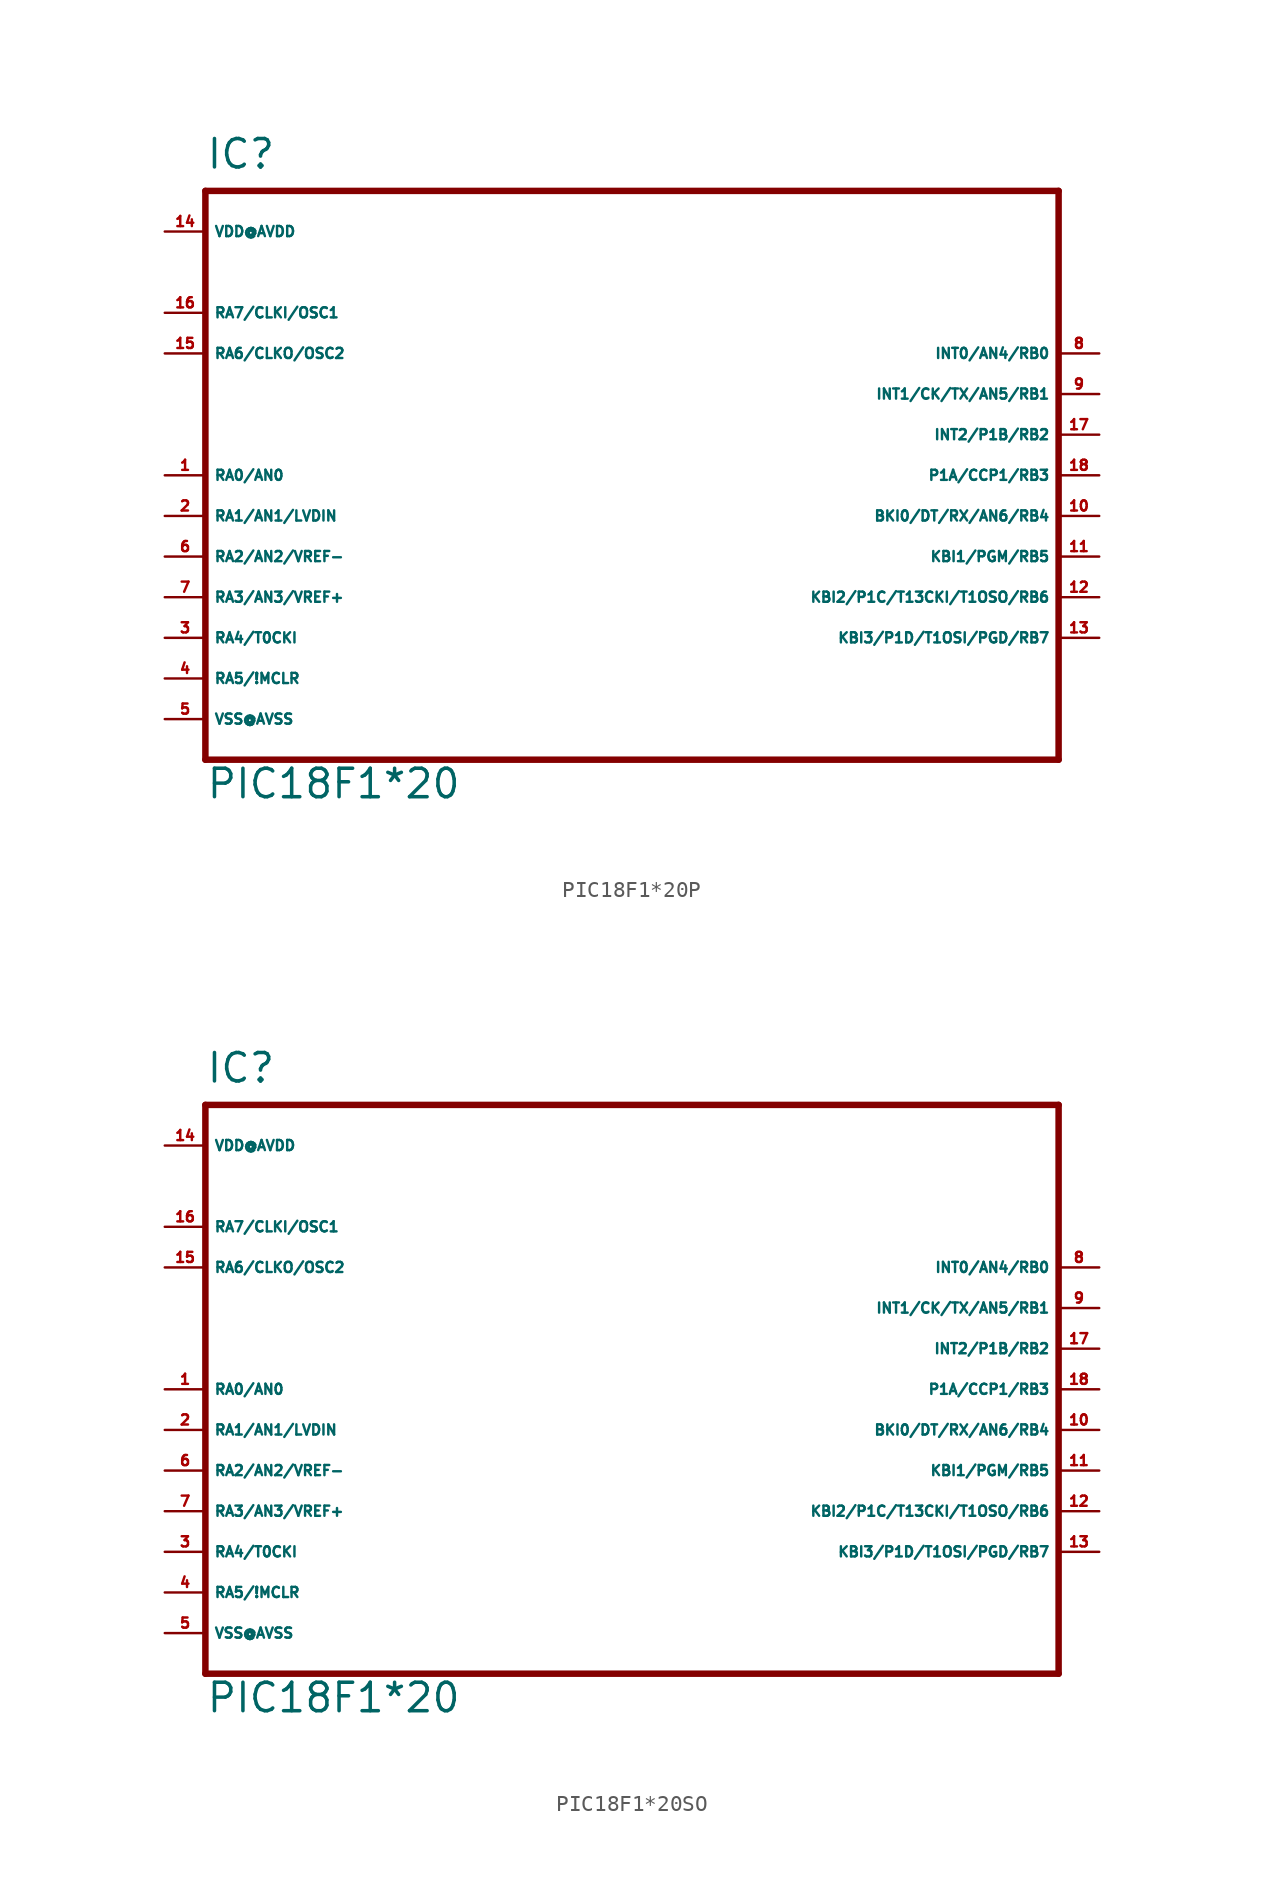
<source format=kicad_sym>
(kicad_symbol_lib
  (version 20220914)
  (generator Eagle2Kicad)
  (symbol "PIC18F1*20P"
    (property "Reference" "IC"
      (at -27.94 19.05 0)
      (effects (font (size 1.778 1.778) (thickness 0.22)) (justify left bottom)))
    (property "Value" "PIC18F1*20"
      (at -27.94 -20.32 0)
      (effects (font (size 1.778 1.778) (thickness 0.22)) (justify left bottom)))
    (polyline
      (pts (xy 25.4 17.78) (xy -27.94 17.78))
      (stroke (width 0.406) (type default))
      (fill (type none)))
    (polyline
      (pts (xy -27.94 17.78) (xy -27.94 -17.78))
      (stroke (width 0.406) (type default))
      (fill (type none)))
    (polyline
      (pts (xy -27.94 -17.78) (xy 25.4 -17.78))
      (stroke (width 0.406) (type default))
      (fill (type none)))
    (polyline
      (pts (xy 25.4 -17.78) (xy 25.4 17.78))
      (stroke (width 0.406) (type default))
      (fill (type none)))
    (pin bidirectional line
      (at -30.48 -5.08 0)
      (length 2.54)
      (name "RA2/AN2/VREF-" (effects (font (size 0.635 0.635) (thickness 0.08)) (justify left bottom)))
      (number "6" (effects (font (size 0.635 0.635) (thickness 0.08)) (justify left bottom))))
    (pin bidirectional line
      (at -30.48 -7.62 0)
      (length 2.54)
      (name "RA3/AN3/VREF+" (effects (font (size 0.635 0.635) (thickness 0.08)) (justify left bottom)))
      (number "7" (effects (font (size 0.635 0.635) (thickness 0.08)) (justify left bottom))))
    (pin bidirectional line
      (at -30.48 -10.16 0)
      (length 2.54)
      (name "RA4/T0CKI" (effects (font (size 0.635 0.635) (thickness 0.08)) (justify left bottom)))
      (number "3" (effects (font (size 0.635 0.635) (thickness 0.08)) (justify left bottom))))
    (pin input line
      (at -30.48 -12.7 0)
      (length 2.54)
      (name "RA5/!MCLR" (effects (font (size 0.635 0.635) (thickness 0.08)) (justify left bottom)))
      (number "4" (effects (font (size 0.635 0.635) (thickness 0.08)) (justify left bottom))))
    (pin unspecified line
      (at -30.48 -15.24 0)
      (length 2.54)
      (name "VSS@AVSS" (effects (font (size 0.635 0.635) (thickness 0.08)) (justify left bottom)))
      (number "5" (effects (font (size 0.635 0.635) (thickness 0.08)) (justify left bottom))))
    (pin bidirectional line
      (at 27.94 7.62 180)
      (length 2.54)
      (name "INT0/AN4/RB0" (effects (font (size 0.635 0.635) (thickness 0.08)) (justify left bottom)))
      (number "8" (effects (font (size 0.635 0.635) (thickness 0.08)) (justify left bottom))))
    (pin bidirectional line
      (at 27.94 5.08 180)
      (length 2.54)
      (name "INT1/CK/TX/AN5/RB1" (effects (font (size 0.635 0.635) (thickness 0.08)) (justify left bottom)))
      (number "9" (effects (font (size 0.635 0.635) (thickness 0.08)) (justify left bottom))))
    (pin bidirectional line
      (at 27.94 2.54 180)
      (length 2.54)
      (name "INT2/P1B/RB2" (effects (font (size 0.635 0.635) (thickness 0.08)) (justify left bottom)))
      (number "17" (effects (font (size 0.635 0.635) (thickness 0.08)) (justify left bottom))))
    (pin bidirectional line
      (at 27.94 0 180)
      (length 2.54)
      (name "P1A/CCP1/RB3" (effects (font (size 0.635 0.635) (thickness 0.08)) (justify left bottom)))
      (number "18" (effects (font (size 0.635 0.635) (thickness 0.08)) (justify left bottom))))
    (pin bidirectional line
      (at 27.94 -2.54 180)
      (length 2.54)
      (name "BKI0/DT/RX/AN6/RB4" (effects (font (size 0.635 0.635) (thickness 0.08)) (justify left bottom)))
      (number "10" (effects (font (size 0.635 0.635) (thickness 0.08)) (justify left bottom))))
    (pin bidirectional line
      (at 27.94 -5.08 180)
      (length 2.54)
      (name "KBI1/PGM/RB5" (effects (font (size 0.635 0.635) (thickness 0.08)) (justify left bottom)))
      (number "11" (effects (font (size 0.635 0.635) (thickness 0.08)) (justify left bottom))))
    (pin bidirectional line
      (at 27.94 -7.62 180)
      (length 2.54)
      (name "KBI2/P1C/T13CKI/T1OSO/RB6" (effects (font (size 0.635 0.635) (thickness 0.08)) (justify left bottom)))
      (number "12" (effects (font (size 0.635 0.635) (thickness 0.08)) (justify left bottom))))
    (pin bidirectional line
      (at 27.94 -10.16 180)
      (length 2.54)
      (name "KBI3/P1D/T1OSI/PGD/RB7" (effects (font (size 0.635 0.635) (thickness 0.08)) (justify left bottom)))
      (number "13" (effects (font (size 0.635 0.635) (thickness 0.08)) (justify left bottom))))
    (pin unspecified line
      (at -30.48 15.24 0)
      (length 2.54)
      (name "VDD@AVDD" (effects (font (size 0.635 0.635) (thickness 0.08)) (justify left bottom)))
      (number "14" (effects (font (size 0.635 0.635) (thickness 0.08)) (justify left bottom))))
    (pin bidirectional line
      (at -30.48 7.62 0)
      (length 2.54)
      (name "RA6/CLKO/OSC2" (effects (font (size 0.635 0.635) (thickness 0.08)) (justify left bottom)))
      (number "15" (effects (font (size 0.635 0.635) (thickness 0.08)) (justify left bottom))))
    (pin bidirectional line
      (at -30.48 10.16 0)
      (length 2.54)
      (name "RA7/CLKI/OSC1" (effects (font (size 0.635 0.635) (thickness 0.08)) (justify left bottom)))
      (number "16" (effects (font (size 0.635 0.635) (thickness 0.08)) (justify left bottom))))
    (pin bidirectional line
      (at -30.48 0 0)
      (length 2.54)
      (name "RA0/AN0" (effects (font (size 0.635 0.635) (thickness 0.08)) (justify left bottom)))
      (number "1" (effects (font (size 0.635 0.635) (thickness 0.08)) (justify left bottom))))
    (pin bidirectional line
      (at -30.48 -2.54 0)
      (length 2.54)
      (name "RA1/AN1/LVDIN" (effects (font (size 0.635 0.635) (thickness 0.08)) (justify left bottom)))
      (number "2" (effects (font (size 0.635 0.635) (thickness 0.08)) (justify left bottom)))))
  (symbol "PIC18F1*20SO"
    (property "Reference" "IC"
      (at -27.94 19.05 0)
      (effects (font (size 1.778 1.778) (thickness 0.22)) (justify left bottom)))
    (property "Value" "PIC18F1*20"
      (at -27.94 -20.32 0)
      (effects (font (size 1.778 1.778) (thickness 0.22)) (justify left bottom)))
    (polyline
      (pts (xy 25.4 17.78) (xy -27.94 17.78))
      (stroke (width 0.406) (type default))
      (fill (type none)))
    (polyline
      (pts (xy -27.94 17.78) (xy -27.94 -17.78))
      (stroke (width 0.406) (type default))
      (fill (type none)))
    (polyline
      (pts (xy -27.94 -17.78) (xy 25.4 -17.78))
      (stroke (width 0.406) (type default))
      (fill (type none)))
    (polyline
      (pts (xy 25.4 -17.78) (xy 25.4 17.78))
      (stroke (width 0.406) (type default))
      (fill (type none)))
    (pin bidirectional line
      (at -30.48 -5.08 0)
      (length 2.54)
      (name "RA2/AN2/VREF-" (effects (font (size 0.635 0.635) (thickness 0.08)) (justify left bottom)))
      (number "6" (effects (font (size 0.635 0.635) (thickness 0.08)) (justify left bottom))))
    (pin bidirectional line
      (at -30.48 -7.62 0)
      (length 2.54)
      (name "RA3/AN3/VREF+" (effects (font (size 0.635 0.635) (thickness 0.08)) (justify left bottom)))
      (number "7" (effects (font (size 0.635 0.635) (thickness 0.08)) (justify left bottom))))
    (pin bidirectional line
      (at -30.48 -10.16 0)
      (length 2.54)
      (name "RA4/T0CKI" (effects (font (size 0.635 0.635) (thickness 0.08)) (justify left bottom)))
      (number "3" (effects (font (size 0.635 0.635) (thickness 0.08)) (justify left bottom))))
    (pin input line
      (at -30.48 -12.7 0)
      (length 2.54)
      (name "RA5/!MCLR" (effects (font (size 0.635 0.635) (thickness 0.08)) (justify left bottom)))
      (number "4" (effects (font (size 0.635 0.635) (thickness 0.08)) (justify left bottom))))
    (pin unspecified line
      (at -30.48 -15.24 0)
      (length 2.54)
      (name "VSS@AVSS" (effects (font (size 0.635 0.635) (thickness 0.08)) (justify left bottom)))
      (number "5" (effects (font (size 0.635 0.635) (thickness 0.08)) (justify left bottom))))
    (pin bidirectional line
      (at 27.94 7.62 180)
      (length 2.54)
      (name "INT0/AN4/RB0" (effects (font (size 0.635 0.635) (thickness 0.08)) (justify left bottom)))
      (number "8" (effects (font (size 0.635 0.635) (thickness 0.08)) (justify left bottom))))
    (pin bidirectional line
      (at 27.94 5.08 180)
      (length 2.54)
      (name "INT1/CK/TX/AN5/RB1" (effects (font (size 0.635 0.635) (thickness 0.08)) (justify left bottom)))
      (number "9" (effects (font (size 0.635 0.635) (thickness 0.08)) (justify left bottom))))
    (pin bidirectional line
      (at 27.94 2.54 180)
      (length 2.54)
      (name "INT2/P1B/RB2" (effects (font (size 0.635 0.635) (thickness 0.08)) (justify left bottom)))
      (number "17" (effects (font (size 0.635 0.635) (thickness 0.08)) (justify left bottom))))
    (pin bidirectional line
      (at 27.94 0 180)
      (length 2.54)
      (name "P1A/CCP1/RB3" (effects (font (size 0.635 0.635) (thickness 0.08)) (justify left bottom)))
      (number "18" (effects (font (size 0.635 0.635) (thickness 0.08)) (justify left bottom))))
    (pin bidirectional line
      (at 27.94 -2.54 180)
      (length 2.54)
      (name "BKI0/DT/RX/AN6/RB4" (effects (font (size 0.635 0.635) (thickness 0.08)) (justify left bottom)))
      (number "10" (effects (font (size 0.635 0.635) (thickness 0.08)) (justify left bottom))))
    (pin bidirectional line
      (at 27.94 -5.08 180)
      (length 2.54)
      (name "KBI1/PGM/RB5" (effects (font (size 0.635 0.635) (thickness 0.08)) (justify left bottom)))
      (number "11" (effects (font (size 0.635 0.635) (thickness 0.08)) (justify left bottom))))
    (pin bidirectional line
      (at 27.94 -7.62 180)
      (length 2.54)
      (name "KBI2/P1C/T13CKI/T1OSO/RB6" (effects (font (size 0.635 0.635) (thickness 0.08)) (justify left bottom)))
      (number "12" (effects (font (size 0.635 0.635) (thickness 0.08)) (justify left bottom))))
    (pin bidirectional line
      (at 27.94 -10.16 180)
      (length 2.54)
      (name "KBI3/P1D/T1OSI/PGD/RB7" (effects (font (size 0.635 0.635) (thickness 0.08)) (justify left bottom)))
      (number "13" (effects (font (size 0.635 0.635) (thickness 0.08)) (justify left bottom))))
    (pin unspecified line
      (at -30.48 15.24 0)
      (length 2.54)
      (name "VDD@AVDD" (effects (font (size 0.635 0.635) (thickness 0.08)) (justify left bottom)))
      (number "14" (effects (font (size 0.635 0.635) (thickness 0.08)) (justify left bottom))))
    (pin bidirectional line
      (at -30.48 7.62 0)
      (length 2.54)
      (name "RA6/CLKO/OSC2" (effects (font (size 0.635 0.635) (thickness 0.08)) (justify left bottom)))
      (number "15" (effects (font (size 0.635 0.635) (thickness 0.08)) (justify left bottom))))
    (pin bidirectional line
      (at -30.48 10.16 0)
      (length 2.54)
      (name "RA7/CLKI/OSC1" (effects (font (size 0.635 0.635) (thickness 0.08)) (justify left bottom)))
      (number "16" (effects (font (size 0.635 0.635) (thickness 0.08)) (justify left bottom))))
    (pin bidirectional line
      (at -30.48 0 0)
      (length 2.54)
      (name "RA0/AN0" (effects (font (size 0.635 0.635) (thickness 0.08)) (justify left bottom)))
      (number "1" (effects (font (size 0.635 0.635) (thickness 0.08)) (justify left bottom))))
    (pin bidirectional line
      (at -30.48 -2.54 0)
      (length 2.54)
      (name "RA1/AN1/LVDIN" (effects (font (size 0.635 0.635) (thickness 0.08)) (justify left bottom)))
      (number "2" (effects (font (size 0.635 0.635) (thickness 0.08)) (justify left bottom))))))
</source>
